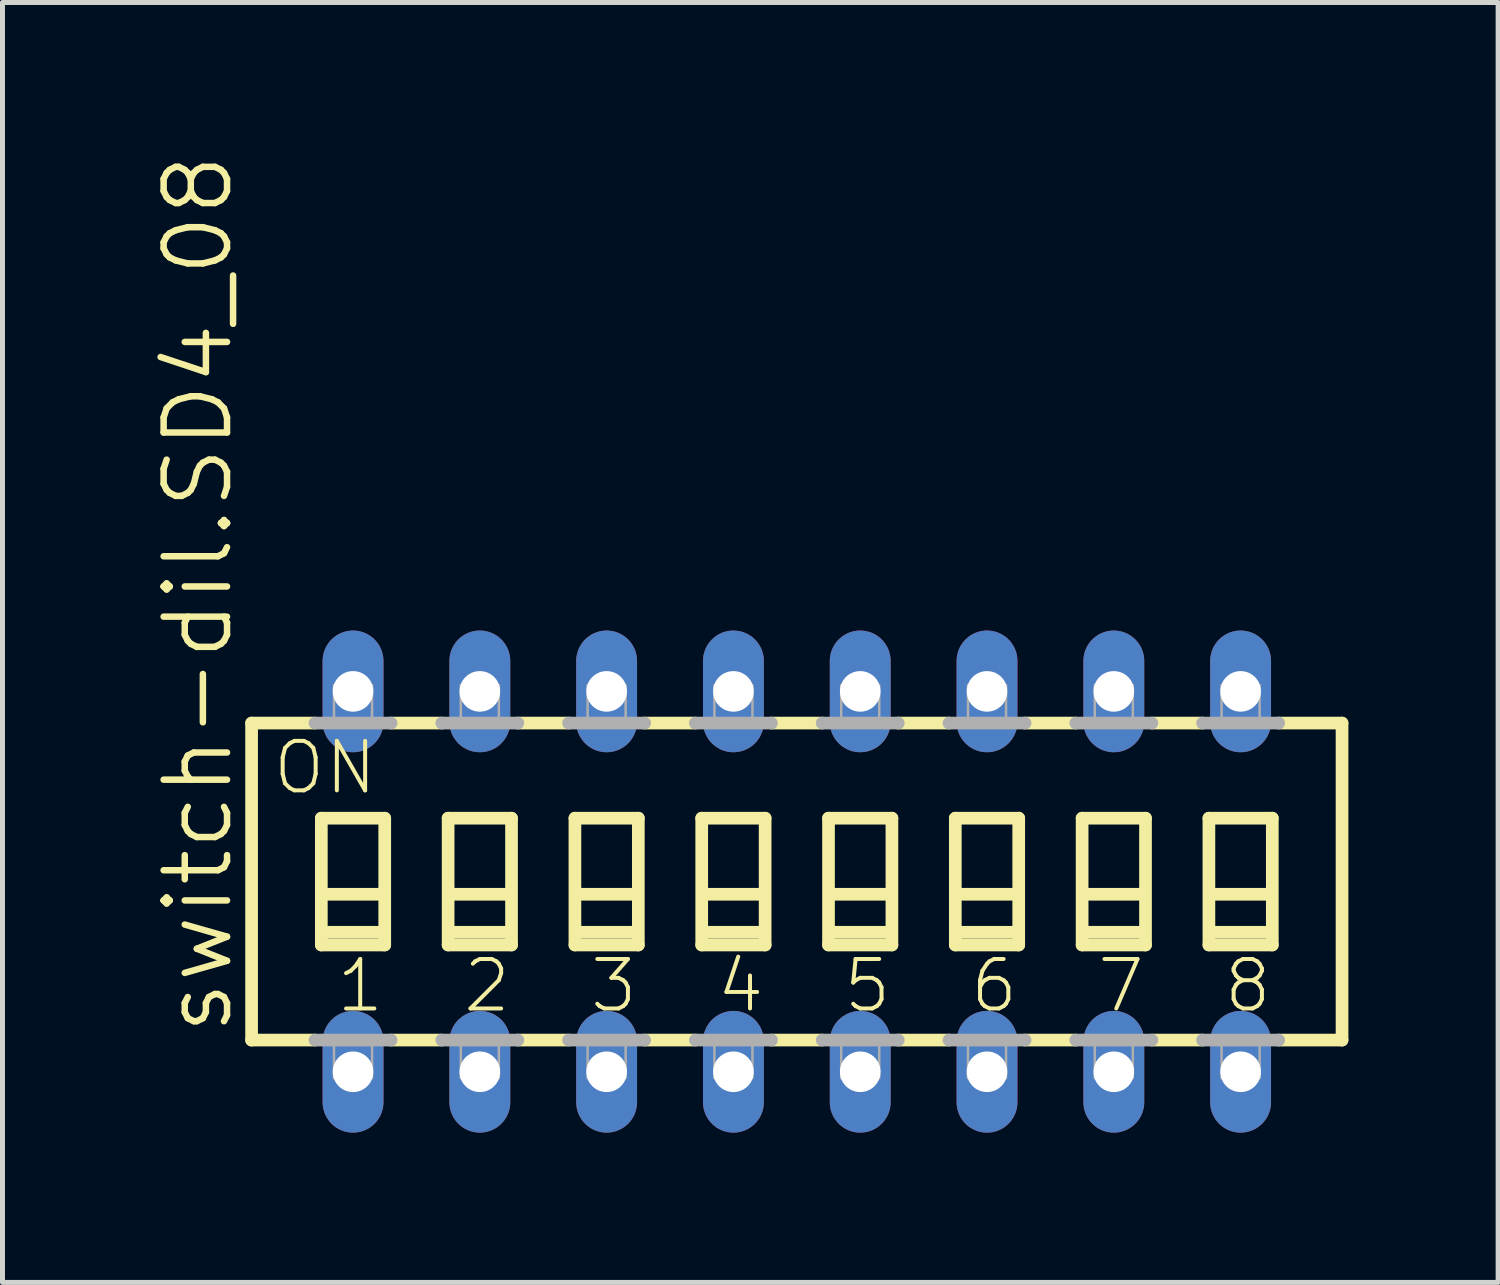
<source format=kicad_pcb>
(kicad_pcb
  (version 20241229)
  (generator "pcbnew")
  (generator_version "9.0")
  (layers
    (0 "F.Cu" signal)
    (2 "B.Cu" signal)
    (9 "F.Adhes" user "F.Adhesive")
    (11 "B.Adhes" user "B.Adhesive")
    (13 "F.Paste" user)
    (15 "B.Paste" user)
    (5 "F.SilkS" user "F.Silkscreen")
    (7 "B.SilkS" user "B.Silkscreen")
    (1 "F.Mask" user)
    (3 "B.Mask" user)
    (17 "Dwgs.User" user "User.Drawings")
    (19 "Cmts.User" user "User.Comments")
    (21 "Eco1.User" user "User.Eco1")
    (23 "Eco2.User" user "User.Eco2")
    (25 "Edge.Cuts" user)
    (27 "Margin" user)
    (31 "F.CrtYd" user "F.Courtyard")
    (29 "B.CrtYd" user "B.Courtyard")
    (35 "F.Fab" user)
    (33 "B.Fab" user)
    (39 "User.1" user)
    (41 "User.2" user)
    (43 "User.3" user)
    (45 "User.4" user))
  (footprint "switch-dil.SD4_08"
    (layer "F.Cu")
    (at 12.912 14.61)
    (property "Reference" "switch-dil.SD4_08" (at -11.252 3.124 90) (layer "F.SilkS") (effects (font (size 1.27 1.27) (thickness 0.13)) (justify left bottom)))
    (attr through_hole)
    (fp_line (start -10.922 -3.175) (end -10.922 3.175) (stroke (width 0.254) (type default)) (layer "F.SilkS"))
    (fp_line (start -10.922 -3.175) (end -9.652 -3.175) (stroke (width 0.254) (type default)) (layer "F.SilkS"))
    (fp_line (start -10.922 3.175) (end -9.652 3.175) (stroke (width 0.254) (type default)) (layer "F.SilkS"))
    (fp_line (start -9.525 -1.27) (end -9.525 1.27) (stroke (width 0.254) (type default)) (layer "F.SilkS"))
    (fp_line (start -9.525 1.27) (end -8.255 1.27) (stroke (width 0.254) (type default)) (layer "F.SilkS"))
    (fp_line (start -9.398 0.254) (end -8.382 0.254) (stroke (width 0.254) (type default)) (layer "F.SilkS"))
    (fp_line (start -8.382 1.016) (end -9.398 1.016) (stroke (width 0.254) (type default)) (layer "F.SilkS"))
    (fp_line (start -8.255 -1.27) (end -9.525 -1.27) (stroke (width 0.254) (type default)) (layer "F.SilkS"))
    (fp_line (start -8.255 1.27) (end -8.255 -1.27) (stroke (width 0.254) (type default)) (layer "F.SilkS"))
    (fp_line (start -8.128 -3.175) (end -7.112 -3.175) (stroke (width 0.254) (type default)) (layer "F.SilkS"))
    (fp_line (start -8.128 3.175) (end -7.112 3.175) (stroke (width 0.254) (type default)) (layer "F.SilkS"))
    (fp_line (start -6.985 -1.27) (end -6.985 1.27) (stroke (width 0.254) (type default)) (layer "F.SilkS"))
    (fp_line (start -6.985 1.27) (end -5.715 1.27) (stroke (width 0.254) (type default)) (layer "F.SilkS"))
    (fp_line (start -6.858 0.254) (end -5.842 0.254) (stroke (width 0.254) (type default)) (layer "F.SilkS"))
    (fp_line (start -5.842 1.016) (end -6.858 1.016) (stroke (width 0.254) (type default)) (layer "F.SilkS"))
    (fp_line (start -5.715 -1.27) (end -6.985 -1.27) (stroke (width 0.254) (type default)) (layer "F.SilkS"))
    (fp_line (start -5.715 1.27) (end -5.715 -1.27) (stroke (width 0.254) (type default)) (layer "F.SilkS"))
    (fp_line (start -5.588 -3.175) (end -4.572 -3.175) (stroke (width 0.254) (type default)) (layer "F.SilkS"))
    (fp_line (start -5.588 3.175) (end -4.572 3.175) (stroke (width 0.254) (type default)) (layer "F.SilkS"))
    (fp_line (start -4.445 -1.27) (end -4.445 1.27) (stroke (width 0.254) (type default)) (layer "F.SilkS"))
    (fp_line (start -4.445 1.27) (end -3.175 1.27) (stroke (width 0.254) (type default)) (layer "F.SilkS"))
    (fp_line (start -4.318 0.254) (end -3.302 0.254) (stroke (width 0.254) (type default)) (layer "F.SilkS"))
    (fp_line (start -3.302 1.016) (end -4.318 1.016) (stroke (width 0.254) (type default)) (layer "F.SilkS"))
    (fp_line (start -3.175 -1.27) (end -4.445 -1.27) (stroke (width 0.254) (type default)) (layer "F.SilkS"))
    (fp_line (start -3.175 1.27) (end -3.175 -1.27) (stroke (width 0.254) (type default)) (layer "F.SilkS"))
    (fp_line (start -3.048 -3.175) (end -2.032 -3.175) (stroke (width 0.254) (type default)) (layer "F.SilkS"))
    (fp_line (start -3.048 3.175) (end -2.032 3.175) (stroke (width 0.254) (type default)) (layer "F.SilkS"))
    (fp_line (start -1.905 -1.27) (end -1.905 1.27) (stroke (width 0.254) (type default)) (layer "F.SilkS"))
    (fp_line (start -1.905 1.27) (end -0.635 1.27) (stroke (width 0.254) (type default)) (layer "F.SilkS"))
    (fp_line (start -1.778 0.254) (end -0.762 0.254) (stroke (width 0.254) (type default)) (layer "F.SilkS"))
    (fp_line (start -0.762 1.016) (end -1.778 1.016) (stroke (width 0.254) (type default)) (layer "F.SilkS"))
    (fp_line (start -0.635 -1.27) (end -1.905 -1.27) (stroke (width 0.254) (type default)) (layer "F.SilkS"))
    (fp_line (start -0.635 1.27) (end -0.635 -1.27) (stroke (width 0.254) (type default)) (layer "F.SilkS"))
    (fp_line (start -0.508 -3.175) (end 0.508 -3.175) (stroke (width 0.254) (type default)) (layer "F.SilkS"))
    (fp_line (start -0.508 3.175) (end 0.508 3.175) (stroke (width 0.254) (type default)) (layer "F.SilkS"))
    (fp_line (start 0.635 -1.27) (end 0.635 1.27) (stroke (width 0.254) (type default)) (layer "F.SilkS"))
    (fp_line (start 0.635 1.27) (end 1.905 1.27) (stroke (width 0.254) (type default)) (layer "F.SilkS"))
    (fp_line (start 0.762 0.254) (end 1.778 0.254) (stroke (width 0.254) (type default)) (layer "F.SilkS"))
    (fp_line (start 1.778 1.016) (end 0.762 1.016) (stroke (width 0.254) (type default)) (layer "F.SilkS"))
    (fp_line (start 1.905 -1.27) (end 0.635 -1.27) (stroke (width 0.254) (type default)) (layer "F.SilkS"))
    (fp_line (start 1.905 1.27) (end 1.905 -1.27) (stroke (width 0.254) (type default)) (layer "F.SilkS"))
    (fp_line (start 2.032 -3.175) (end 3.048 -3.175) (stroke (width 0.254) (type default)) (layer "F.SilkS"))
    (fp_line (start 2.032 3.175) (end 3.048 3.175) (stroke (width 0.254) (type default)) (layer "F.SilkS"))
    (fp_line (start 3.175 -1.27) (end 3.175 1.27) (stroke (width 0.254) (type default)) (layer "F.SilkS"))
    (fp_line (start 3.175 1.27) (end 4.445 1.27) (stroke (width 0.254) (type default)) (layer "F.SilkS"))
    (fp_line (start 3.302 0.254) (end 4.318 0.254) (stroke (width 0.254) (type default)) (layer "F.SilkS"))
    (fp_line (start 4.318 1.016) (end 3.302 1.016) (stroke (width 0.254) (type default)) (layer "F.SilkS"))
    (fp_line (start 4.445 -1.27) (end 3.175 -1.27) (stroke (width 0.254) (type default)) (layer "F.SilkS"))
    (fp_line (start 4.445 1.27) (end 4.445 -1.27) (stroke (width 0.254) (type default)) (layer "F.SilkS"))
    (fp_line (start 4.572 -3.175) (end 5.588 -3.175) (stroke (width 0.254) (type default)) (layer "F.SilkS"))
    (fp_line (start 4.572 3.175) (end 5.588 3.175) (stroke (width 0.254) (type default)) (layer "F.SilkS"))
    (fp_line (start 5.715 -1.27) (end 5.715 1.27) (stroke (width 0.254) (type default)) (layer "F.SilkS"))
    (fp_line (start 5.715 1.27) (end 6.985 1.27) (stroke (width 0.254) (type default)) (layer "F.SilkS"))
    (fp_line (start 5.842 0.254) (end 6.858 0.254) (stroke (width 0.254) (type default)) (layer "F.SilkS"))
    (fp_line (start 6.858 1.016) (end 5.842 1.016) (stroke (width 0.254) (type default)) (layer "F.SilkS"))
    (fp_line (start 6.985 -1.27) (end 5.715 -1.27) (stroke (width 0.254) (type default)) (layer "F.SilkS"))
    (fp_line (start 6.985 1.27) (end 6.985 -1.27) (stroke (width 0.254) (type default)) (layer "F.SilkS"))
    (fp_line (start 7.112 -3.175) (end 8.128 -3.175) (stroke (width 0.254) (type default)) (layer "F.SilkS"))
    (fp_line (start 7.112 3.175) (end 8.128 3.175) (stroke (width 0.254) (type default)) (layer "F.SilkS"))
    (fp_line (start 8.255 -1.27) (end 8.255 1.27) (stroke (width 0.254) (type default)) (layer "F.SilkS"))
    (fp_line (start 8.255 1.27) (end 9.525 1.27) (stroke (width 0.254) (type default)) (layer "F.SilkS"))
    (fp_line (start 8.382 0.254) (end 9.398 0.254) (stroke (width 0.254) (type default)) (layer "F.SilkS"))
    (fp_line (start 9.398 1.016) (end 8.382 1.016) (stroke (width 0.254) (type default)) (layer "F.SilkS"))
    (fp_line (start 9.525 -1.27) (end 8.255 -1.27) (stroke (width 0.254) (type default)) (layer "F.SilkS"))
    (fp_line (start 9.525 1.27) (end 9.525 -1.27) (stroke (width 0.254) (type default)) (layer "F.SilkS"))
    (fp_line (start 10.922 -3.175) (end 9.652 -3.175) (stroke (width 0.254) (type default)) (layer "F.SilkS"))
    (fp_line (start 10.922 3.175) (end 9.652 3.175) (stroke (width 0.254) (type default)) (layer "F.SilkS"))
    (fp_line (start 10.922 3.175) (end 10.922 -3.175) (stroke (width 0.254) (type default)) (layer "F.SilkS"))
    (fp_line (start -9.652 -3.175) (end -8.128 -3.175) (stroke (width 0.254) (type default)) (layer "F.Fab"))
    (fp_line (start -8.128 3.175) (end -9.652 3.175) (stroke (width 0.254) (type default)) (layer "F.Fab"))
    (fp_line (start -7.112 -3.175) (end -5.588 -3.175) (stroke (width 0.254) (type default)) (layer "F.Fab"))
    (fp_line (start -5.588 3.175) (end -7.112 3.175) (stroke (width 0.254) (type default)) (layer "F.Fab"))
    (fp_line (start -4.572 -3.175) (end -3.048 -3.175) (stroke (width 0.254) (type default)) (layer "F.Fab"))
    (fp_line (start -3.048 3.175) (end -4.572 3.175) (stroke (width 0.254) (type default)) (layer "F.Fab"))
    (fp_line (start -2.032 -3.175) (end -0.508 -3.175) (stroke (width 0.254) (type default)) (layer "F.Fab"))
    (fp_line (start -0.508 3.175) (end -2.032 3.175) (stroke (width 0.254) (type default)) (layer "F.Fab"))
    (fp_line (start 0.508 -3.175) (end 2.032 -3.175) (stroke (width 0.254) (type default)) (layer "F.Fab"))
    (fp_line (start 2.032 3.175) (end 0.508 3.175) (stroke (width 0.254) (type default)) (layer "F.Fab"))
    (fp_line (start 3.048 -3.175) (end 4.572 -3.175) (stroke (width 0.254) (type default)) (layer "F.Fab"))
    (fp_line (start 4.572 3.175) (end 3.048 3.175) (stroke (width 0.254) (type default)) (layer "F.Fab"))
    (fp_line (start 5.588 -3.175) (end 7.112 -3.175) (stroke (width 0.254) (type default)) (layer "F.Fab"))
    (fp_line (start 7.112 3.175) (end 5.588 3.175) (stroke (width 0.254) (type default)) (layer "F.Fab"))
    (fp_line (start 8.128 -3.175) (end 9.652 -3.175) (stroke (width 0.254) (type default)) (layer "F.Fab"))
    (fp_line (start 9.652 3.175) (end 8.128 3.175) (stroke (width 0.254) (type default)) (layer "F.Fab"))
    (fp_rect (start -9.271 -3.175) (end -8.509 -3.937) (stroke (width 0.05) (type default)) (fill no) (layer "F.Fab"))
    (fp_rect (start -9.271 3.937) (end -8.509 3.175) (stroke (width 0.05) (type default)) (fill no) (layer "F.Fab"))
    (fp_rect (start -6.731 -3.175) (end -5.969 -3.937) (stroke (width 0.05) (type default)) (fill no) (layer "F.Fab"))
    (fp_rect (start -6.731 3.937) (end -5.969 3.175) (stroke (width 0.05) (type default)) (fill no) (layer "F.Fab"))
    (fp_rect (start -4.191 -3.175) (end -3.429 -3.937) (stroke (width 0.05) (type default)) (fill no) (layer "F.Fab"))
    (fp_rect (start -4.191 3.937) (end -3.429 3.175) (stroke (width 0.05) (type default)) (fill no) (layer "F.Fab"))
    (fp_rect (start -1.651 -3.175) (end -0.889 -3.937) (stroke (width 0.05) (type default)) (fill no) (layer "F.Fab"))
    (fp_rect (start -1.651 3.937) (end -0.889 3.175) (stroke (width 0.05) (type default)) (fill no) (layer "F.Fab"))
    (fp_rect (start 0.889 -3.175) (end 1.651 -3.937) (stroke (width 0.05) (type default)) (fill no) (layer "F.Fab"))
    (fp_rect (start 0.889 3.937) (end 1.651 3.175) (stroke (width 0.05) (type default)) (fill no) (layer "F.Fab"))
    (fp_rect (start 3.429 -3.175) (end 4.191 -3.937) (stroke (width 0.05) (type default)) (fill no) (layer "F.Fab"))
    (fp_rect (start 3.429 3.937) (end 4.191 3.175) (stroke (width 0.05) (type default)) (fill no) (layer "F.Fab"))
    (fp_rect (start 5.969 -3.175) (end 6.731 -3.937) (stroke (width 0.05) (type default)) (fill no) (layer "F.Fab"))
    (fp_rect (start 5.969 3.937) (end 6.731 3.175) (stroke (width 0.05) (type default)) (fill no) (layer "F.Fab"))
    (fp_rect (start 8.509 -3.175) (end 9.271 -3.937) (stroke (width 0.05) (type default)) (fill no) (layer "F.Fab"))
    (fp_rect (start 8.509 3.937) (end 9.271 3.175) (stroke (width 0.05) (type default)) (fill no) (layer "F.Fab"))
    (fp_text user "4" (at -1.651 2.667 0) (layer "F.SilkS") (effects (font (size 0.991 0.991) (thickness 0.08)) (justify left bottom)))
    (fp_text user "2" (at -6.731 2.667 0) (layer "F.SilkS") (effects (font (size 0.991 0.991) (thickness 0.08)) (justify left bottom)))
    (fp_text user "7" (at 5.969 2.667 0) (layer "F.SilkS") (effects (font (size 0.991 0.991) (thickness 0.08)) (justify left bottom)))
    (fp_text user "5" (at 0.889 2.667 0) (layer "F.SilkS") (effects (font (size 0.991 0.991) (thickness 0.08)) (justify left bottom)))
    (fp_text user "ON" (at -10.541 -1.702 0) (layer "F.SilkS") (effects (font (size 0.991 0.991) (thickness 0.08)) (justify left bottom)))
    (fp_text user "6" (at 3.429 2.667 0) (layer "F.SilkS") (effects (font (size 0.991 0.991) (thickness 0.08)) (justify left bottom)))
    (fp_text user "1" (at -9.271 2.667 0) (layer "F.SilkS") (effects (font (size 0.991 0.991) (thickness 0.08)) (justify left bottom)))
    (fp_text user "3" (at -4.191 2.667 0) (layer "F.SilkS") (effects (font (size 0.991 0.991) (thickness 0.08)) (justify left bottom)))
    (fp_text user "8" (at 8.509 2.667 0) (layer "F.SilkS") (effects (font (size 0.991 0.991) (thickness 0.08)) (justify left bottom)))
    (pad "1" thru_hole oval (at -8.89 3.81 90) (size 2.438 1.219) (drill 0.813) (layers "*.Cu" "*.Mask"))
    (pad "2" thru_hole oval (at -6.35 3.81 90) (size 2.438 1.219) (drill 0.813) (layers "*.Cu" "*.Mask"))
    (pad "3" thru_hole oval (at -3.81 3.81 90) (size 2.438 1.219) (drill 0.813) (layers "*.Cu" "*.Mask"))
    (pad "4" thru_hole oval (at -1.27 3.81 90) (size 2.438 1.219) (drill 0.813) (layers "*.Cu" "*.Mask"))
    (pad "5" thru_hole oval (at 1.27 3.81 90) (size 2.438 1.219) (drill 0.813) (layers "*.Cu" "*.Mask"))
    (pad "6" thru_hole oval (at 3.81 3.81 90) (size 2.438 1.219) (drill 0.813) (layers "*.Cu" "*.Mask"))
    (pad "7" thru_hole oval (at 6.35 3.81 90) (size 2.438 1.219) (drill 0.813) (layers "*.Cu" "*.Mask"))
    (pad "8" thru_hole oval (at 8.89 3.81 90) (size 2.438 1.219) (drill 0.813) (layers "*.Cu" "*.Mask"))
    (pad "9" thru_hole oval (at 8.89 -3.81 90) (size 2.438 1.219) (drill 0.813) (layers "*.Cu" "*.Mask"))
    (pad "10" thru_hole oval (at 6.35 -3.81 90) (size 2.438 1.219) (drill 0.813) (layers "*.Cu" "*.Mask"))
    (pad "11" thru_hole oval (at 3.81 -3.81 90) (size 2.438 1.219) (drill 0.813) (layers "*.Cu" "*.Mask"))
    (pad "12" thru_hole oval (at 1.27 -3.81 90) (size 2.438 1.219) (drill 0.813) (layers "*.Cu" "*.Mask"))
    (pad "13" thru_hole oval (at -1.27 -3.81 90) (size 2.438 1.219) (drill 0.813) (layers "*.Cu" "*.Mask"))
    (pad "14" thru_hole oval (at -3.81 -3.81 90) (size 2.438 1.219) (drill 0.813) (layers "*.Cu" "*.Mask"))
    (pad "15" thru_hole oval (at -6.35 -3.81 90) (size 2.438 1.219) (drill 0.813) (layers "*.Cu" "*.Mask"))
    (pad "16" thru_hole oval (at -8.89 -3.81 90) (size 2.438 1.219) (drill 0.813) (layers "*.Cu" "*.Mask")))
  (gr_rect
    (start -3 -3)
    (end 26.961 22.64)
    (stroke (width 0.1) (type default))
    (fill no)
    (layer "Edge.Cuts")))
</source>
